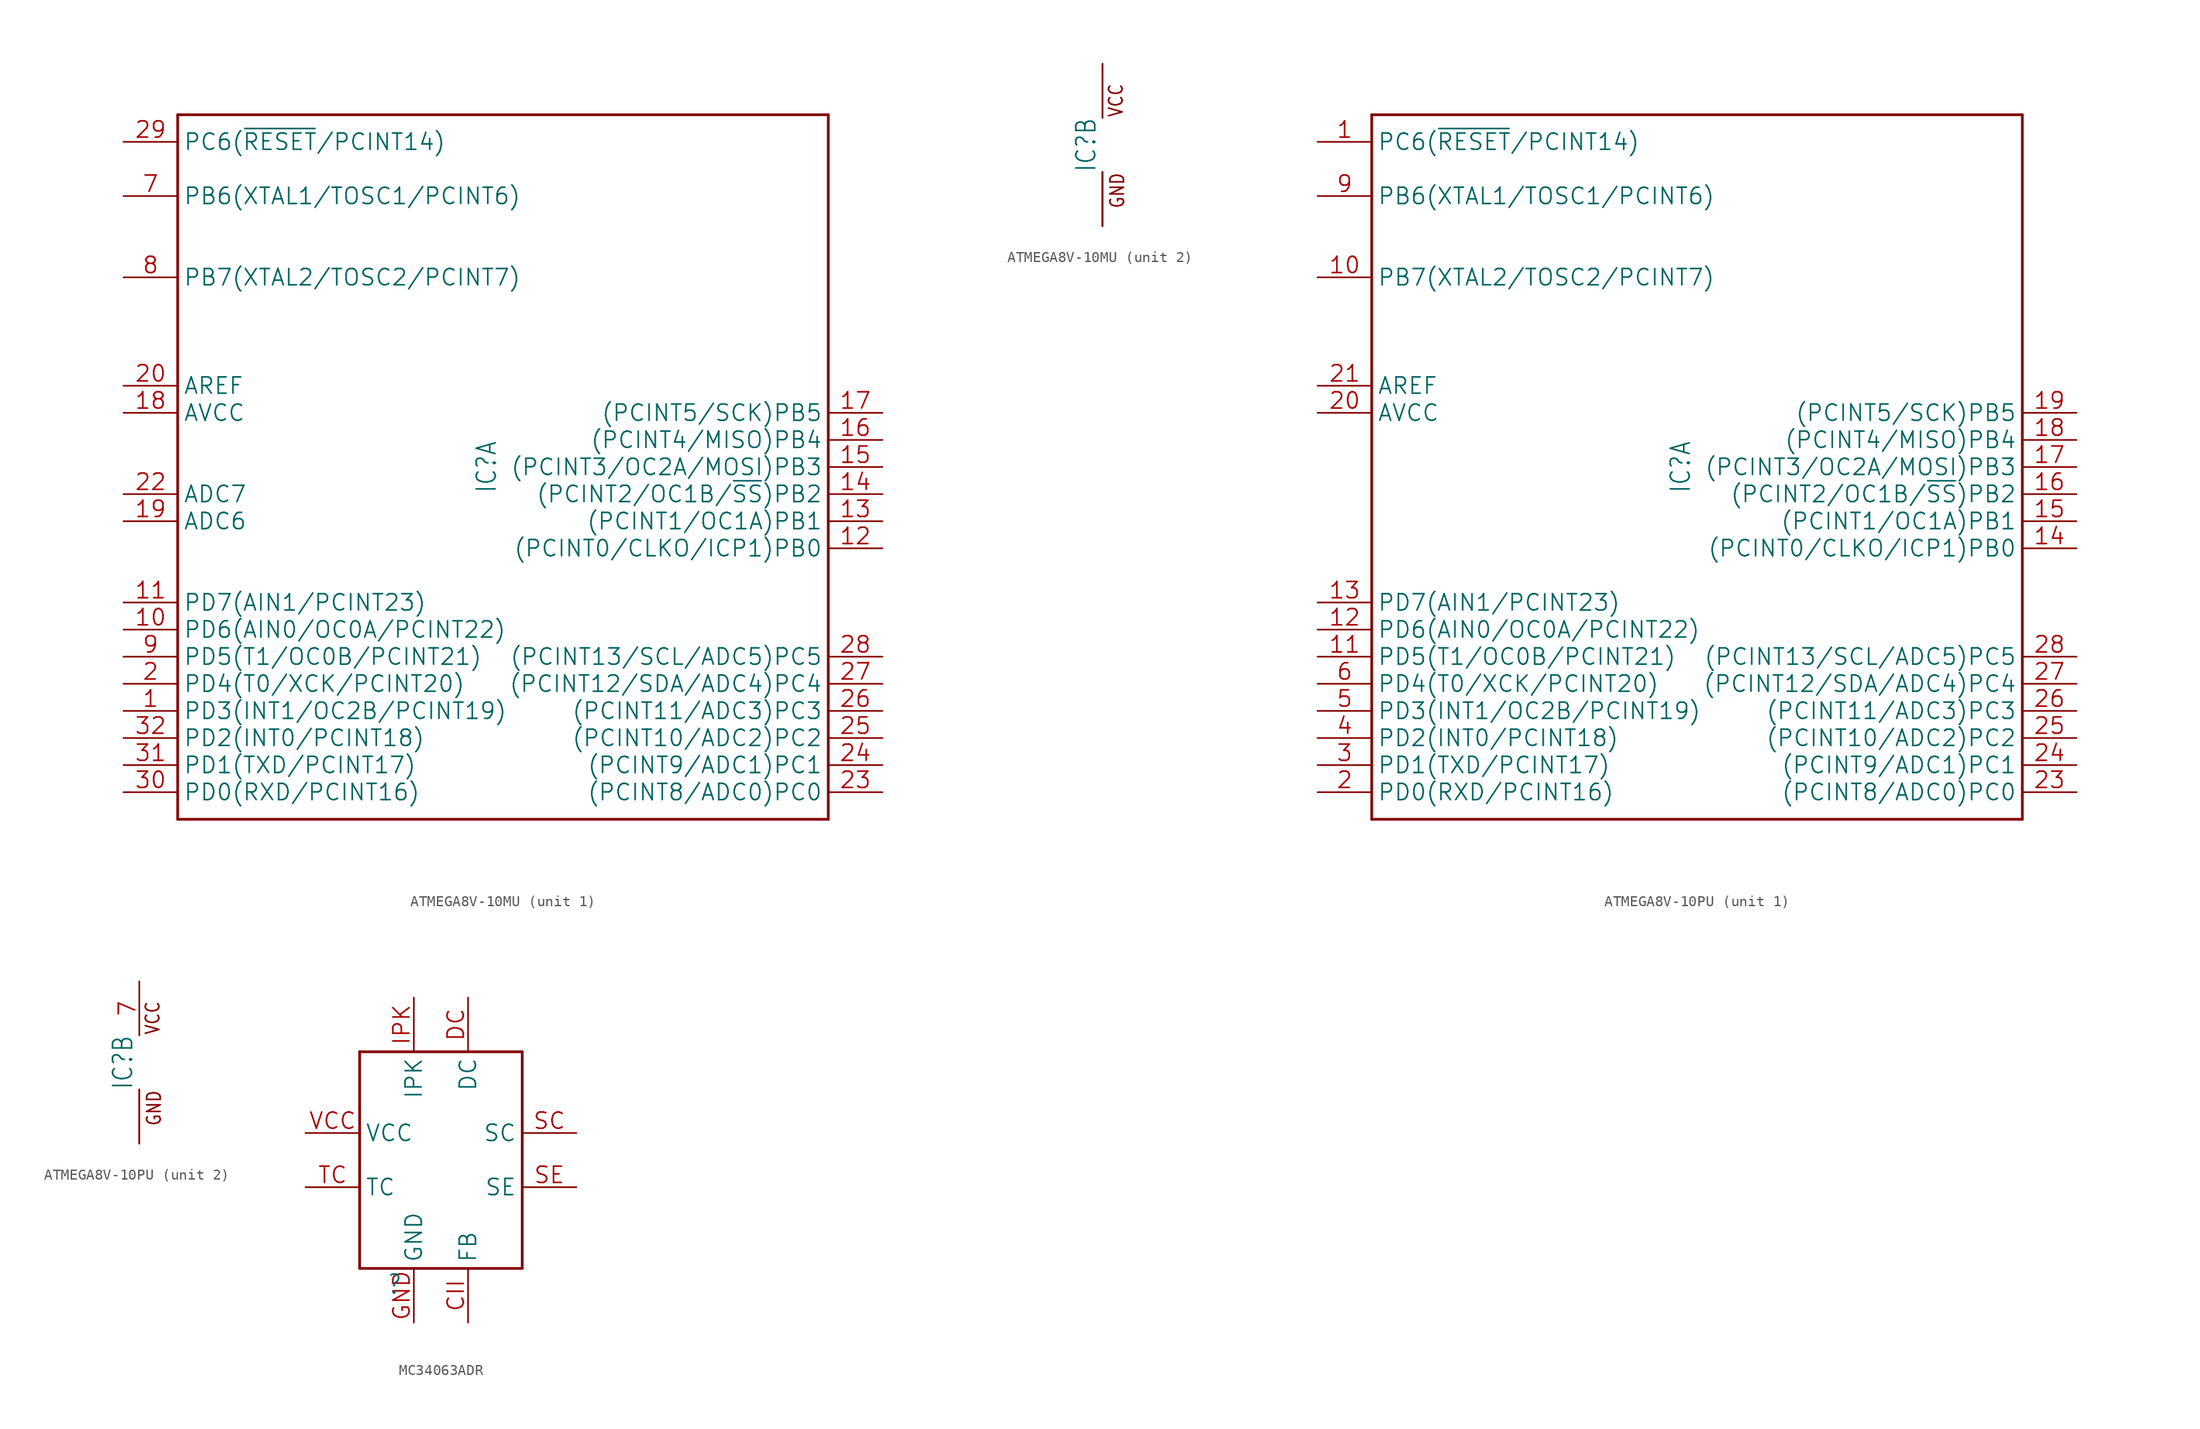
<source format=kicad_sym>
(kicad_symbol_lib
  (version 20241209)
  (generator "kicad_symbol_editor")
  (generator_version "9.0")
  (symbol "ATMEGA8V-10MU"
    (property "Reference" "IC"
      (at -0.508 0 90)
      (effects (font (size 1.778 1.511)) (justify bottom)))
    (property "ki_locked" ""
      (at 0 0 0)
      (effects (font (size 1.27 1.27))))
    (symbol "ATMEGA8V-10MU_1_0"
      (polyline (pts (xy -30.48 33.02) (xy 30.48 33.02)) (stroke (width 0.254) (type solid)) (fill (type none)))
      (polyline (pts (xy -30.48 -33.02) (xy -30.48 33.02)) (stroke (width 0.254) (type solid)) (fill (type none)))
      (polyline (pts (xy 30.48 33.02) (xy 30.48 -33.02)) (stroke (width 0.254) (type solid)) (fill (type none)))
      (polyline (pts (xy 30.48 -33.02) (xy -30.48 -33.02)) (stroke (width 0.254) (type solid)) (fill (type none)))
      (pin bidirectional line (at -35.56 30.48 0) (length 5.08) (name "PC6(~{RESET}/PCINT14)" (effects (font (size 1.524 1.524)))) (number "29" (effects (font (size 1.524 1.524)))))
      (pin bidirectional line (at -35.56 25.4 0) (length 5.08) (name "PB6(XTAL1/TOSC1/PCINT6)" (effects (font (size 1.524 1.524)))) (number "7" (effects (font (size 1.524 1.524)))))
      (pin bidirectional line (at -35.56 17.78 0) (length 5.08) (name "PB7(XTAL2/TOSC2/PCINT7)" (effects (font (size 1.524 1.524)))) (number "8" (effects (font (size 1.524 1.524)))))
      (pin passive line (at -35.56 7.62 0) (length 5.08) (name "AREF" (effects (font (size 1.524 1.524)))) (number "20" (effects (font (size 1.524 1.524)))))
      (pin power_in line (at -35.56 5.08 0) (length 5.08) (name "AVCC" (effects (font (size 1.524 1.524)))) (number "18" (effects (font (size 1.524 1.524)))))
      (pin bidirectional line (at -35.56 -2.54 0) (length 5.08) (name "ADC7" (effects (font (size 1.524 1.524)))) (number "22" (effects (font (size 1.524 1.524)))))
      (pin bidirectional line (at -35.56 -5.08 0) (length 5.08) (name "ADC6" (effects (font (size 1.524 1.524)))) (number "19" (effects (font (size 1.524 1.524)))))
      (pin bidirectional line (at -35.56 -12.7 0) (length 5.08) (name "PD7(AIN1/PCINT23)" (effects (font (size 1.524 1.524)))) (number "11" (effects (font (size 1.524 1.524)))))
      (pin bidirectional line (at -35.56 -15.24 0) (length 5.08) (name "PD6(AIN0/OC0A/PCINT22)" (effects (font (size 1.524 1.524)))) (number "10" (effects (font (size 1.524 1.524)))))
      (pin bidirectional line (at -35.56 -17.78 0) (length 5.08) (name "PD5(T1/OC0B/PCINT21)" (effects (font (size 1.524 1.524)))) (number "9" (effects (font (size 1.524 1.524)))))
      (pin bidirectional line (at -35.56 -20.32 0) (length 5.08) (name "PD4(T0/XCK/PCINT20)" (effects (font (size 1.524 1.524)))) (number "2" (effects (font (size 1.524 1.524)))))
      (pin bidirectional line (at -35.56 -22.86 0) (length 5.08) (name "PD3(INT1/OC2B/PCINT19)" (effects (font (size 1.524 1.524)))) (number "1" (effects (font (size 1.524 1.524)))))
      (pin bidirectional line (at -35.56 -25.4 0) (length 5.08) (name "PD2(INT0/PCINT18)" (effects (font (size 1.524 1.524)))) (number "32" (effects (font (size 1.524 1.524)))))
      (pin bidirectional line (at -35.56 -27.94 0) (length 5.08) (name "PD1(TXD/PCINT17)" (effects (font (size 1.524 1.524)))) (number "31" (effects (font (size 1.524 1.524)))))
      (pin bidirectional line (at -35.56 -30.48 0) (length 5.08) (name "PD0(RXD/PCINT16)" (effects (font (size 1.524 1.524)))) (number "30" (effects (font (size 1.524 1.524)))))
      (pin bidirectional line (at 35.56 5.08 180) (length 5.08) (name "(PCINT5/SCK)PB5" (effects (font (size 1.524 1.524)))) (number "17" (effects (font (size 1.524 1.524)))))
      (pin bidirectional line (at 35.56 2.54 180) (length 5.08) (name "(PCINT4/MISO)PB4" (effects (font (size 1.524 1.524)))) (number "16" (effects (font (size 1.524 1.524)))))
      (pin bidirectional line (at 35.56 0 180) (length 5.08) (name "(PCINT3/OC2A/MOSI)PB3" (effects (font (size 1.524 1.524)))) (number "15" (effects (font (size 1.524 1.524)))))
      (pin bidirectional line (at 35.56 -2.54 180) (length 5.08) (name "(PCINT2/OC1B/~{SS})PB2" (effects (font (size 1.524 1.524)))) (number "14" (effects (font (size 1.524 1.524)))))
      (pin bidirectional line (at 35.56 -5.08 180) (length 5.08) (name "(PCINT1/OC1A)PB1" (effects (font (size 1.524 1.524)))) (number "13" (effects (font (size 1.524 1.524)))))
      (pin bidirectional line (at 35.56 -7.62 180) (length 5.08) (name "(PCINT0/CLKO/ICP1)PB0" (effects (font (size 1.524 1.524)))) (number "12" (effects (font (size 1.524 1.524)))))
      (pin bidirectional line (at 35.56 -17.78 180) (length 5.08) (name "(PCINT13/SCL/ADC5)PC5" (effects (font (size 1.524 1.524)))) (number "28" (effects (font (size 1.524 1.524)))))
      (pin bidirectional line (at 35.56 -20.32 180) (length 5.08) (name "(PCINT12/SDA/ADC4)PC4" (effects (font (size 1.524 1.524)))) (number "27" (effects (font (size 1.524 1.524)))))
      (pin bidirectional line (at 35.56 -22.86 180) (length 5.08) (name "(PCINT11/ADC3)PC3" (effects (font (size 1.524 1.524)))) (number "26" (effects (font (size 1.524 1.524)))))
      (pin bidirectional line (at 35.56 -25.4 180) (length 5.08) (name "(PCINT10/ADC2)PC2" (effects (font (size 1.524 1.524)))) (number "25" (effects (font (size 1.524 1.524)))))
      (pin bidirectional line (at 35.56 -27.94 180) (length 5.08) (name "(PCINT9/ADC1)PC1" (effects (font (size 1.524 1.524)))) (number "24" (effects (font (size 1.524 1.524)))))
      (pin bidirectional line (at 35.56 -30.48 180) (length 5.08) (name "(PCINT8/ADC0)PC0" (effects (font (size 1.524 1.524)))) (number "23" (effects (font (size 1.524 1.524))))))
    (symbol "ATMEGA8V-10MU_2_0"
      (text "VCC" (at 0.508 2.54 900) (effects (font (size 1.27 1.079)) (justify left top)))
      (text "GND" (at 0.635 -2.54 900) (effects (font (size 1.27 1.079)) (justify right top)))
      (pin power_in line (at 0 7.62 270) (length 5.08) (name "VCC" (effects (font (size 0 0)))) (number "4" (effects (font (size 0 0)))))
      (pin power_in line (at 0 7.62 270) (length 5.08) (name "VCC" (effects (font (size 0 0)))) (number "6" (effects (font (size 0 0)))))
      (pin power_in line (at 0 -7.62 90) (length 5.08) (name "GND" (effects (font (size 0 0)))) (number "21" (effects (font (size 0 0)))))
      (pin power_in line (at 0 -7.62 90) (length 5.08) (name "GND" (effects (font (size 0 0)))) (number "3" (effects (font (size 0 0)))))
      (pin power_in line (at 0 -7.62 90) (length 5.08) (name "GND" (effects (font (size 0 0)))) (number "5" (effects (font (size 0 0)))))
      (pin power_in line (at 0 -7.62 90) (length 5.08) (name "GND" (effects (font (size 0 0)))) (number "EXP" (effects (font (size 0 0)))))))
  (symbol "ATMEGA8V-10PU"
    (property "Reference" "IC"
      (at -0.508 0 90)
      (effects (font (size 1.778 1.511)) (justify bottom)))
    (property "ki_locked" ""
      (at 0 0 0)
      (effects (font (size 1.27 1.27))))
    (symbol "ATMEGA8V-10PU_1_0"
      (polyline (pts (xy -30.48 33.02) (xy 30.48 33.02)) (stroke (width 0.254) (type solid)) (fill (type none)))
      (polyline (pts (xy -30.48 -33.02) (xy -30.48 33.02)) (stroke (width 0.254) (type solid)) (fill (type none)))
      (polyline (pts (xy 30.48 33.02) (xy 30.48 -33.02)) (stroke (width 0.254) (type solid)) (fill (type none)))
      (polyline (pts (xy 30.48 -33.02) (xy -30.48 -33.02)) (stroke (width 0.254) (type solid)) (fill (type none)))
      (pin bidirectional line (at -35.56 30.48 0) (length 5.08) (name "PC6(~{RESET}/PCINT14)" (effects (font (size 1.524 1.524)))) (number "1" (effects (font (size 1.524 1.524)))))
      (pin bidirectional line (at -35.56 25.4 0) (length 5.08) (name "PB6(XTAL1/TOSC1/PCINT6)" (effects (font (size 1.524 1.524)))) (number "9" (effects (font (size 1.524 1.524)))))
      (pin bidirectional line (at -35.56 17.78 0) (length 5.08) (name "PB7(XTAL2/TOSC2/PCINT7)" (effects (font (size 1.524 1.524)))) (number "10" (effects (font (size 1.524 1.524)))))
      (pin passive line (at -35.56 7.62 0) (length 5.08) (name "AREF" (effects (font (size 1.524 1.524)))) (number "21" (effects (font (size 1.524 1.524)))))
      (pin power_in line (at -35.56 5.08 0) (length 5.08) (name "AVCC" (effects (font (size 1.524 1.524)))) (number "20" (effects (font (size 1.524 1.524)))))
      (pin bidirectional line (at -35.56 -12.7 0) (length 5.08) (name "PD7(AIN1/PCINT23)" (effects (font (size 1.524 1.524)))) (number "13" (effects (font (size 1.524 1.524)))))
      (pin bidirectional line (at -35.56 -15.24 0) (length 5.08) (name "PD6(AIN0/OC0A/PCINT22)" (effects (font (size 1.524 1.524)))) (number "12" (effects (font (size 1.524 1.524)))))
      (pin bidirectional line (at -35.56 -17.78 0) (length 5.08) (name "PD5(T1/OC0B/PCINT21)" (effects (font (size 1.524 1.524)))) (number "11" (effects (font (size 1.524 1.524)))))
      (pin bidirectional line (at -35.56 -20.32 0) (length 5.08) (name "PD4(T0/XCK/PCINT20)" (effects (font (size 1.524 1.524)))) (number "6" (effects (font (size 1.524 1.524)))))
      (pin bidirectional line (at -35.56 -22.86 0) (length 5.08) (name "PD3(INT1/OC2B/PCINT19)" (effects (font (size 1.524 1.524)))) (number "5" (effects (font (size 1.524 1.524)))))
      (pin bidirectional line (at -35.56 -25.4 0) (length 5.08) (name "PD2(INT0/PCINT18)" (effects (font (size 1.524 1.524)))) (number "4" (effects (font (size 1.524 1.524)))))
      (pin bidirectional line (at -35.56 -27.94 0) (length 5.08) (name "PD1(TXD/PCINT17)" (effects (font (size 1.524 1.524)))) (number "3" (effects (font (size 1.524 1.524)))))
      (pin bidirectional line (at -35.56 -30.48 0) (length 5.08) (name "PD0(RXD/PCINT16)" (effects (font (size 1.524 1.524)))) (number "2" (effects (font (size 1.524 1.524)))))
      (pin bidirectional line (at 35.56 5.08 180) (length 5.08) (name "(PCINT5/SCK)PB5" (effects (font (size 1.524 1.524)))) (number "19" (effects (font (size 1.524 1.524)))))
      (pin bidirectional line (at 35.56 2.54 180) (length 5.08) (name "(PCINT4/MISO)PB4" (effects (font (size 1.524 1.524)))) (number "18" (effects (font (size 1.524 1.524)))))
      (pin bidirectional line (at 35.56 0 180) (length 5.08) (name "(PCINT3/OC2A/MOSI)PB3" (effects (font (size 1.524 1.524)))) (number "17" (effects (font (size 1.524 1.524)))))
      (pin bidirectional line (at 35.56 -2.54 180) (length 5.08) (name "(PCINT2/OC1B/~{SS})PB2" (effects (font (size 1.524 1.524)))) (number "16" (effects (font (size 1.524 1.524)))))
      (pin bidirectional line (at 35.56 -5.08 180) (length 5.08) (name "(PCINT1/OC1A)PB1" (effects (font (size 1.524 1.524)))) (number "15" (effects (font (size 1.524 1.524)))))
      (pin bidirectional line (at 35.56 -7.62 180) (length 5.08) (name "(PCINT0/CLKO/ICP1)PB0" (effects (font (size 1.524 1.524)))) (number "14" (effects (font (size 1.524 1.524)))))
      (pin bidirectional line (at 35.56 -17.78 180) (length 5.08) (name "(PCINT13/SCL/ADC5)PC5" (effects (font (size 1.524 1.524)))) (number "28" (effects (font (size 1.524 1.524)))))
      (pin bidirectional line (at 35.56 -20.32 180) (length 5.08) (name "(PCINT12/SDA/ADC4)PC4" (effects (font (size 1.524 1.524)))) (number "27" (effects (font (size 1.524 1.524)))))
      (pin bidirectional line (at 35.56 -22.86 180) (length 5.08) (name "(PCINT11/ADC3)PC3" (effects (font (size 1.524 1.524)))) (number "26" (effects (font (size 1.524 1.524)))))
      (pin bidirectional line (at 35.56 -25.4 180) (length 5.08) (name "(PCINT10/ADC2)PC2" (effects (font (size 1.524 1.524)))) (number "25" (effects (font (size 1.524 1.524)))))
      (pin bidirectional line (at 35.56 -27.94 180) (length 5.08) (name "(PCINT9/ADC1)PC1" (effects (font (size 1.524 1.524)))) (number "24" (effects (font (size 1.524 1.524)))))
      (pin bidirectional line (at 35.56 -30.48 180) (length 5.08) (name "(PCINT8/ADC0)PC0" (effects (font (size 1.524 1.524)))) (number "23" (effects (font (size 1.524 1.524))))))
    (symbol "ATMEGA8V-10PU_2_0"
      (text "VCC" (at 0.508 2.54 900) (effects (font (size 1.27 1.079)) (justify left top)))
      (text "GND" (at 0.635 -2.54 900) (effects (font (size 1.27 1.079)) (justify right top)))
      (pin power_in line (at 0 7.62 270) (length 5.08) (name "VCC" (effects (font (size 0 0)))) (number "7" (effects (font (size 1.524 1.524)))))
      (pin power_in line (at 0 -7.62 90) (length 5.08) (name "GND" (effects (font (size 0 0)))) (number "22" (effects (font (size 0 0)))))
      (pin power_in line (at 0 -7.62 90) (length 5.08) (name "GND" (effects (font (size 0 0)))) (number "8" (effects (font (size 0 0)))))))
  (symbol "MC34063ADR"
    (property "Reference" ""
      (at -5.08 -12.7 0)
      (effects (font (size 1.778 1.511)) (justify left bottom)))
    (property "ki_locked" ""
      (at 0 0 0)
      (effects (font (size 1.27 1.27))))
    (symbol "MC34063ADR_1_0"
      (polyline (pts (xy -7.62 -10.16) (xy -7.62 10.16)) (stroke (width 0.254) (type solid)) (fill (type none)))
      (polyline (pts (xy 7.62 10.16) (xy -7.62 10.16)) (stroke (width 0.254) (type solid)) (fill (type none)))
      (polyline (pts (xy 7.62 -10.16) (xy -7.62 -10.16)) (stroke (width 0.254) (type solid)) (fill (type none)))
      (polyline (pts (xy 7.62 -10.16) (xy 7.62 10.16)) (stroke (width 0.254) (type solid)) (fill (type none)))
      (pin power_in line (at -12.7 2.54 0) (length 5.08) (name "VCC" (effects (font (size 1.524 1.524)))) (number "VCC" (effects (font (size 1.524 1.524)))))
      (pin bidirectional line (at -12.7 -2.54 0) (length 5.08) (name "TC" (effects (font (size 1.524 1.524)))) (number "TC" (effects (font (size 1.524 1.524)))))
      (pin bidirectional line (at -2.54 15.24 270) (length 5.08) (name "IPK" (effects (font (size 1.524 1.524)))) (number "IPK" (effects (font (size 1.524 1.524)))))
      (pin power_in line (at -2.54 -15.24 90) (length 5.08) (name "GND" (effects (font (size 1.524 1.524)))) (number "GND" (effects (font (size 1.524 1.524)))))
      (pin bidirectional line (at 2.54 15.24 270) (length 5.08) (name "DC" (effects (font (size 1.524 1.524)))) (number "DC" (effects (font (size 1.524 1.524)))))
      (pin bidirectional line (at 2.54 -15.24 90) (length 5.08) (name "FB" (effects (font (size 1.524 1.524)))) (number "CII" (effects (font (size 1.524 1.524)))))
      (pin bidirectional line (at 12.7 2.54 180) (length 5.08) (name "SC" (effects (font (size 1.524 1.524)))) (number "SC" (effects (font (size 1.524 1.524)))))
      (pin bidirectional line (at 12.7 -2.54 180) (length 5.08) (name "SE" (effects (font (size 1.524 1.524)))) (number "SE" (effects (font (size 1.524 1.524))))))))
</source>
